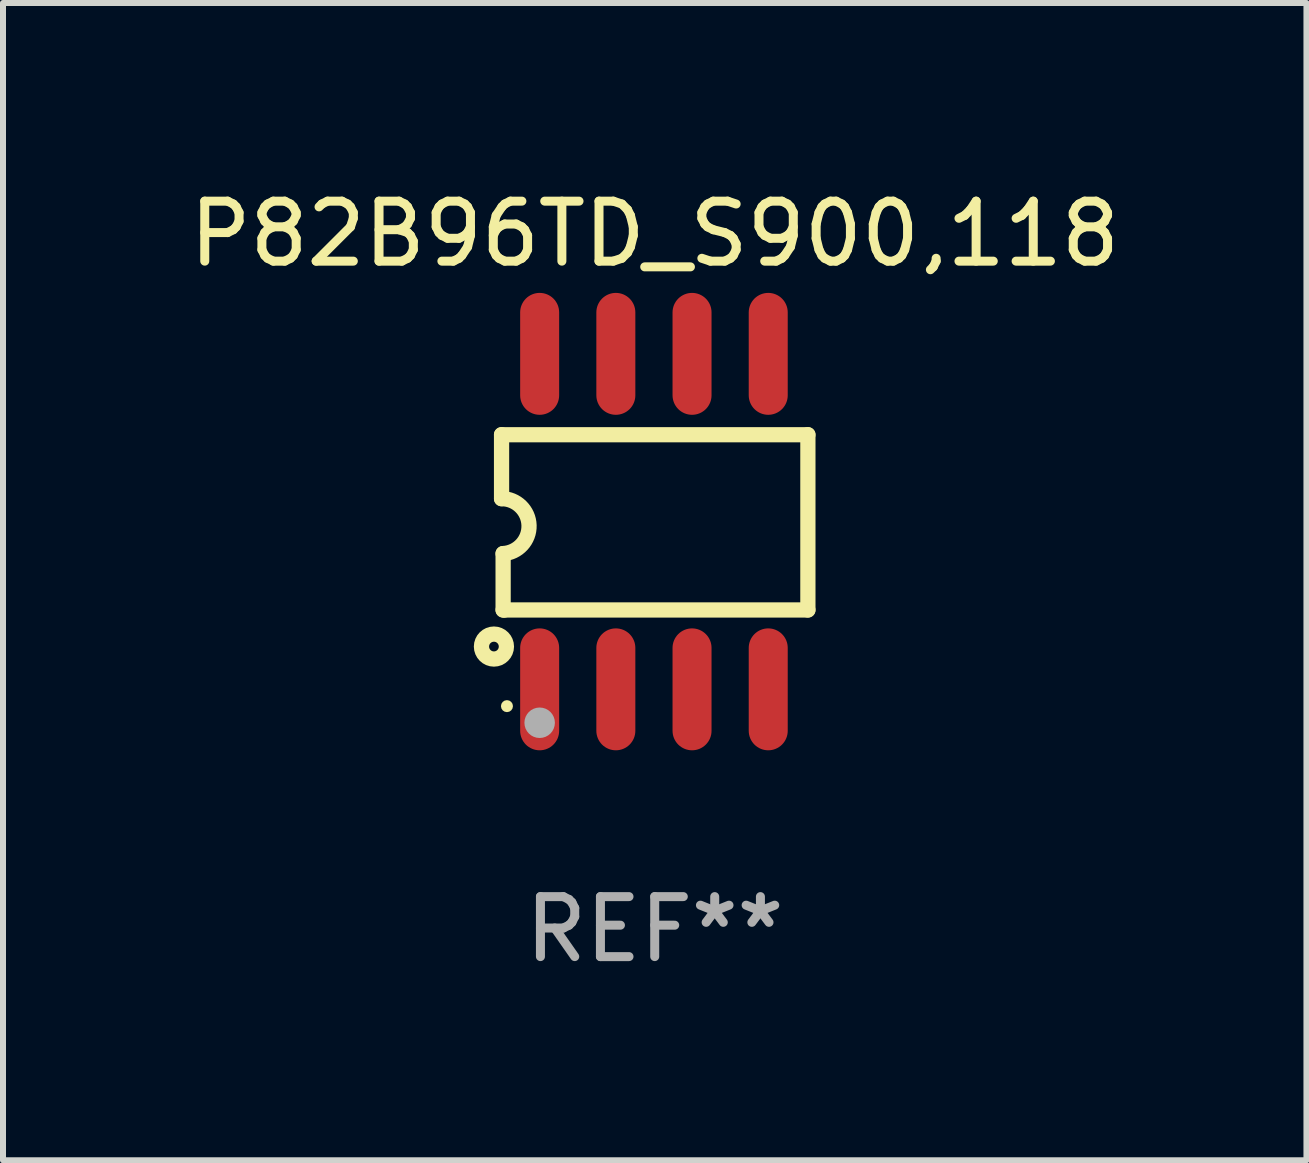
<source format=kicad_pcb>
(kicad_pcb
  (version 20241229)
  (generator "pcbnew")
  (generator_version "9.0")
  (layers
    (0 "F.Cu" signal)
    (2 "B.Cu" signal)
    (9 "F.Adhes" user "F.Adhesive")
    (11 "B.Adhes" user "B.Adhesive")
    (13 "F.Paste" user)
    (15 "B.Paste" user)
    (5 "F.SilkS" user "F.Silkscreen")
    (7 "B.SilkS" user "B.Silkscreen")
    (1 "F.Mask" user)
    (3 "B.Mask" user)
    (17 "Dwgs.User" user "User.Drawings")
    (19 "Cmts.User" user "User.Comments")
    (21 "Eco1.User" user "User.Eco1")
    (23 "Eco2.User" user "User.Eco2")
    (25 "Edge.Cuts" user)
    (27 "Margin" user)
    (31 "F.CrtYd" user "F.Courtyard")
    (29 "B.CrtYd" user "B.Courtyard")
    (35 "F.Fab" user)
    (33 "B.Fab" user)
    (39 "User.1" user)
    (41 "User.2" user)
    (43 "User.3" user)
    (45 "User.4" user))
  (footprint "P82B96TD_S900,118"
    (layer "F.Cu")
    (at 7.863 5.644)
    (property "Reference" "P82B96TD_S900,118" (at 0 -4.796 0) (layer "F.SilkS") (effects (font (size 1 1) (thickness 0.15))))
    (attr through_hole)
    (fp_line (start -2.553 -1.448) (end 2.553 -1.448) (stroke (width 0.254) (type solid)) (layer "F.SilkS"))
    (fp_line (start -2.553 -0.382) (end -2.553 -1.448) (stroke (width 0.254) (type solid)) (layer "F.SilkS"))
    (fp_line (start -2.527 1.473) (end -2.527 0.533) (stroke (width 0.254) (type solid)) (layer "F.SilkS"))
    (fp_line (start -2.502 1.473) (end -2.527 1.473) (stroke (width 0.254) (type solid)) (layer "F.SilkS"))
    (fp_line (start 2.553 -1.448) (end 2.553 1.473) (stroke (width 0.254) (type solid)) (layer "F.SilkS"))
    (fp_line (start 2.553 1.473) (end -2.502 1.473) (stroke (width 0.254) (type solid)) (layer "F.SilkS"))
    (fp_arc (start -2.552705 -0.381966) (mid -2.094969 0.063238) (end -2.527305 0.533147) (stroke (width 0.254001) (type solid)) (layer "F.SilkS"))
    (fp_circle (center -2.68 2.083) (end -2.599 2.083) (stroke (width 0.254) (type solid)) (fill no) (layer "F.SilkS"))
    (fp_circle (center -2.463 3.076) (end -2.413 3.076) (stroke (width 0.1) (type solid)) (fill no) (layer "F.SilkS"))
    (fp_circle (center -1.918 3.353) (end -1.791 3.353) (stroke (width 0.254) (type solid)) (fill no) (layer "F.Fab"))
    (fp_text user "REF**" (at 0 6.796 0) (layer "F.Fab") (effects (font (size 1 1) (thickness 0.15))))
    (pad "1" smd oval (at -1.918 2.796) (size 0.65 2.032) (layers "F.Cu" "F.Mask" "F.Paste"))
    (pad "2" smd oval (at -0.648 2.796) (size 0.65 2.032) (layers "F.Cu" "F.Mask" "F.Paste"))
    (pad "3" smd oval (at 0.622 2.796) (size 0.65 2.032) (layers "F.Cu" "F.Mask" "F.Paste"))
    (pad "4" smd oval (at 1.892 2.796) (size 0.65 2.032) (layers "F.Cu" "F.Mask" "F.Paste"))
    (pad "5" smd oval (at 1.892 -2.796) (size 0.65 2.032) (layers "F.Cu" "F.Mask" "F.Paste"))
    (pad "6" smd oval (at 0.622 -2.796) (size 0.65 2.032) (layers "F.Cu" "F.Mask" "F.Paste"))
    (pad "7" smd oval (at -0.648 -2.796) (size 0.65 2.032) (layers "F.Cu" "F.Mask" "F.Paste"))
    (pad "8" smd oval (at -1.918 -2.796) (size 0.65 2.032) (layers "F.Cu" "F.Mask" "F.Paste")))
  (gr_rect
    (start -3 -3)
    (end 18.726 16.289)
    (stroke (width 0.1) (type default))
    (fill no)
    (layer "Edge.Cuts")))
</source>
